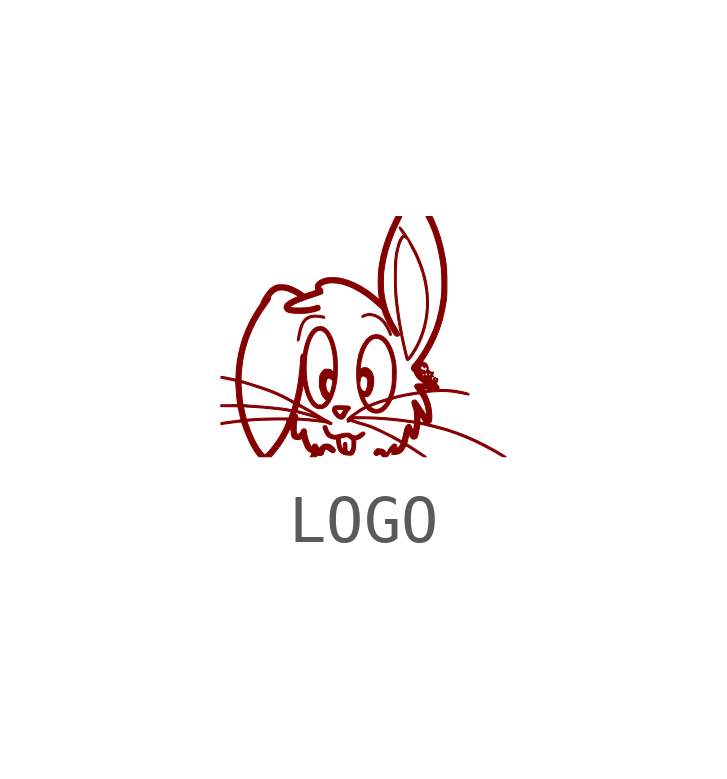
<source format=kicad_sym>
(kicad_symbol_lib
  (version 20210619)
  (generator bitmap2component)
  (symbol "LOGO"
    (pin_names
      (offset 1.016))
    (property "Reference" "#G"
      (at 0 1.865 0)
      (effects (font (size 1.27 1.27)) hide))
    (symbol "LOGO_0_0"
      (polyline (pts (xy -2.224 -2.429) (xy -2.208 -2.41) (xy -2.127 -2.308) (xy -2.055 -2.205) (xy -1.988 -2.095) (xy -1.923 -1.973) (xy -1.877 -1.883) (xy -1.873 -1.96) (xy -1.87 -1.998) (xy -1.863 -2.045) (xy -1.853 -2.079) (xy -1.838 -2.104) (xy -1.817 -2.123) (xy -1.813 -2.125) (xy -1.78 -2.137) (xy -1.74 -2.142) (xy -1.7 -2.139) (xy -1.666 -2.129) (xy -1.664 -2.128) (xy -1.648 -2.12) (xy -1.642 -2.119) (xy -1.642 -2.12) (xy -1.638 -2.134) (xy -1.629 -2.159) (xy -1.618 -2.191) (xy -1.605 -2.225) (xy -1.592 -2.259) (xy -1.581 -2.287) (xy -1.572 -2.307) (xy -1.554 -2.335) (xy -1.526 -2.368) (xy -1.495 -2.393) (xy -1.466 -2.405) (xy -1.456 -2.408) (xy -1.443 -2.421) (xy -1.444 -2.442) (xy -1.458 -2.473) (xy -1.475 -2.5) (xy -1.408 -2.5) (xy -1.387 -2.5) (xy -1.361 -2.499) (xy -1.346 -2.496) (xy -1.338 -2.49) (xy -1.332 -2.479) (xy -1.33 -2.475) (xy -1.32 -2.464) (xy -1.308 -2.467) (xy -1.307 -2.467) (xy -1.287 -2.473) (xy -1.263 -2.475) (xy -1.246 -2.473) (xy -1.219 -2.46) (xy -1.199 -2.439) (xy -1.192 -2.413) (xy -1.187 -2.391) (xy -1.174 -2.367) (xy -1.155 -2.349) (xy -1.136 -2.342) (xy -1.128 -2.343) (xy -1.107 -2.353) (xy -1.085 -2.37) (xy -1.078 -2.376) (xy -1.042 -2.403) (xy -1.013 -2.415) (xy -0.988 -2.414) (xy -0.967 -2.4) (xy -0.952 -2.38) (xy -0.951 -2.357) (xy -0.964 -2.332) (xy -0.992 -2.302) (xy -0.999 -2.295) (xy -1.035 -2.265) (xy -1.067 -2.247) (xy -1.097 -2.237) (xy -1.132 -2.234) (xy -1.132 -2.234) (xy -1.183 -2.24) (xy -1.226 -2.262) (xy -1.262 -2.298) (xy -1.275 -2.315) (xy -1.285 -2.325) (xy -1.292 -2.324) (xy -1.3 -2.314) (xy -1.31 -2.295) (xy -1.321 -2.271) (xy -1.324 -2.263) (xy -1.342 -2.243) (xy -1.366 -2.234) (xy -1.392 -2.236) (xy -1.415 -2.249) (xy -1.43 -2.273) (xy -1.438 -2.3) (xy -1.456 -2.281) (xy -1.46 -2.276) (xy -1.476 -2.248) (xy -1.493 -2.21) (xy -1.51 -2.163) (xy -1.526 -2.114) (xy -1.538 -2.065) (xy -1.547 -2.021) (xy -1.55 -1.986) (xy -1.55 -1.976) (xy -1.559 -1.944) (xy -1.578 -1.924) (xy -1.604 -1.917) (xy -1.613 -1.918) (xy -1.634 -1.928) (xy -1.651 -1.944) (xy -1.658 -1.962) (xy -1.66 -1.967) (xy -1.669 -1.984) (xy -1.685 -2.004) (xy -1.695 -2.015) (xy -1.714 -2.029) (xy -1.732 -2.032) (xy -1.738 -2.03) (xy -1.751 -2.021) (xy -1.759 -2.001) (xy -1.764 -1.97) (xy -1.765 -1.926) (xy -1.763 -1.867) (xy -1.762 -1.841) (xy -1.759 -1.799) (xy -1.756 -1.769) (xy -1.75 -1.75) (xy -1.741 -1.74) (xy -1.726 -1.736) (xy -1.703 -1.737) (xy -1.672 -1.739) (xy -1.649 -1.74) (xy -1.588 -1.745) (xy -1.514 -1.751) (xy -1.432 -1.76) (xy -1.343 -1.769) (xy -1.25 -1.78) (xy -1.23 -1.782) (xy -1.183 -1.789) (xy -1.148 -1.796) (xy -1.121 -1.804) (xy -1.099 -1.814) (xy -1.071 -1.827) (xy -1.044 -1.832) (xy -1.027 -1.826) (xy -1.021 -1.809) (xy -1.022 -1.8) (xy -1.029 -1.79) (xy -1.043 -1.78) (xy -1.067 -1.765) (xy -1.104 -1.746) (xy -1.144 -1.725) (xy -1.192 -1.698) (xy -1.242 -1.669) (xy -1.288 -1.641) (xy -1.425 -1.557) (xy -1.623 -1.445) (xy -1.644 -1.434) (xy -1.673 -1.415) (xy -1.693 -1.401) (xy -1.7 -1.392) (xy -1.7 -1.391) (xy -1.698 -1.379) (xy -1.693 -1.353) (xy -1.685 -1.319) (xy -1.675 -1.28) (xy -1.667 -1.243) (xy -1.654 -1.186) (xy -1.642 -1.126) (xy -1.632 -1.073) (xy -1.614 -0.966) (xy -1.595 -1.052) (xy -1.586 -1.089) (xy -1.558 -1.185) (xy -1.524 -1.271) (xy -1.487 -1.345) (xy -1.446 -1.405) (xy -1.402 -1.452) (xy -1.355 -1.483) (xy -1.327 -1.493) (xy -1.282 -1.499) (xy -1.236 -1.498) (xy -1.196 -1.488) (xy -1.196 -1.488) (xy -1.149 -1.46) (xy -1.105 -1.416) (xy -1.063 -1.358) (xy -1.025 -1.288) (xy -0.992 -1.206) (xy -0.963 -1.113) (xy -0.939 -1.012) (xy -0.921 -0.903) (xy -0.92 -0.897) (xy -0.914 -0.836) (xy -0.911 -0.762) (xy -0.909 -0.682) (xy -0.909 -0.601) (xy -0.911 -0.521) (xy -0.915 -0.449) (xy -0.921 -0.389) (xy -0.921 -0.386) (xy -0.939 -0.277) (xy -0.963 -0.176) (xy -0.992 -0.084) (xy -1.026 -0.002) (xy -1.064 0.068) (xy -1.105 0.125) (xy -1.15 0.169) (xy -1.196 0.197) (xy -1.224 0.205) (xy -1.27 0.208) (xy -1.316 0.204) (xy -1.355 0.191) (xy -1.397 0.164) (xy -1.441 0.12) (xy -1.482 0.061) (xy -1.52 -0.011) (xy -1.553 -0.095) (xy -1.582 -0.189) (xy -1.606 -0.292) (xy -1.613 -0.327) (xy -1.62 -0.351) (xy -1.626 -0.363) (xy -1.634 -0.367) (xy -1.634 -0.367) (xy -1.647 -0.369) (xy -1.657 -0.378) (xy -1.664 -0.394) (xy -1.669 -0.422) (xy -1.673 -0.461) (xy -1.677 -0.515) (xy -1.679 -0.552) (xy -1.685 -0.627) (xy -1.558 -0.627) (xy -1.556 -0.545) (xy -1.552 -0.468) (xy -1.546 -0.403) (xy -1.53 -0.303) (xy -1.508 -0.21) (xy -1.483 -0.126) (xy -1.454 -0.051) (xy -1.421 0.012) (xy -1.386 0.064) (xy -1.349 0.102) (xy -1.31 0.125) (xy -1.271 0.133) (xy -1.258 0.133) (xy -1.219 0.119) (xy -1.181 0.091) (xy -1.144 0.05) (xy -1.111 -0.004) (xy -1.08 -0.07) (xy -1.052 -0.145) (xy -1.029 -0.228) (xy -1.01 -0.319) (xy -0.995 -0.416) (xy -0.986 -0.518) (xy -0.983 -0.623) (xy -0.983 -0.745) (xy -1.016 -0.713) (xy -1.017 -0.712) (xy -1.036 -0.695) (xy -1.053 -0.685) (xy -1.074 -0.68) (xy -1.106 -0.677) (xy -1.111 -0.677) (xy -1.14 -0.676) (xy -1.16 -0.678) (xy -1.177 -0.685) (xy -1.196 -0.699) (xy -1.202 -0.703) (xy -1.23 -0.733) (xy -1.254 -0.772) (xy -1.262 -0.787) (xy -1.27 -0.806) (xy -1.275 -0.826) (xy -1.278 -0.851) (xy -1.28 -0.884) (xy -1.282 -0.93) (xy -1.282 -0.934) (xy -1.283 -0.981) (xy -1.283 -0.983) (xy -1.149 -0.983) (xy -1.144 -0.94) (xy -1.133 -0.903) (xy -1.118 -0.876) (xy -1.098 -0.862) (xy -1.085 -0.863) (xy -1.063 -0.87) (xy -1.041 -0.881) (xy -1.024 -0.894) (xy -1.017 -0.905) (xy -1.016 -0.908) (xy -1.007 -0.918) (xy -1.004 -0.927) (xy -1.005 -0.95) (xy -1.01 -0.983) (xy -1.019 -1.025) (xy -1.03 -1.072) (xy -1.044 -1.123) (xy -1.045 -1.129) (xy -1.054 -1.156) (xy -1.062 -1.176) (xy -1.067 -1.183) (xy -1.082 -1.177) (xy -1.1 -1.159) (xy -1.119 -1.133) (xy -1.134 -1.102) (xy -1.142 -1.072) (xy -1.149 -1.028) (xy -1.149 -0.983) (xy -1.283 -0.983) (xy -1.282 -1.016) (xy -1.28 -1.042) (xy -1.276 -1.065) (xy -1.268 -1.089) (xy -1.261 -1.11) (xy -1.25 -1.145) (xy -1.242 -1.174) (xy -1.235 -1.195) (xy -1.206 -1.25) (xy -1.163 -1.298) (xy -1.132 -1.325) (xy -1.151 -1.351) (xy -1.156 -1.358) (xy -1.178 -1.38) (xy -1.202 -1.401) (xy -1.213 -1.408) (xy -1.252 -1.423) (xy -1.292 -1.423) (xy -1.332 -1.406) (xy -1.371 -1.373) (xy -1.408 -1.324) (xy -1.418 -1.308) (xy -1.46 -1.225) (xy -1.496 -1.128) (xy -1.524 -1.017) (xy -1.545 -0.893) (xy -1.549 -0.861) (xy -1.554 -0.79) (xy -1.557 -0.711) (xy -1.558 -0.627) (xy -1.685 -0.627) (xy -1.688 -0.67) (xy -1.702 -0.794) (xy -1.718 -0.919) (xy -1.738 -1.04) (xy -1.759 -1.153) (xy -1.782 -1.255) (xy -1.804 -1.347) (xy -1.925 -1.282) (xy -1.949 -1.269) (xy -2.046 -1.219) (xy -2.142 -1.174) (xy -2.24 -1.133) (xy -2.344 -1.093) (xy -2.457 -1.053) (xy -2.583 -1.012) (xy -2.613 -1.003) (xy -2.676 -0.983) (xy -2.734 -0.965) (xy -2.785 -0.949) (xy -2.827 -0.936) (xy -2.858 -0.926) (xy -2.875 -0.92) (xy -2.913 -0.908) (xy -2.91 -0.827) (xy -2.908 -0.772) (xy -2.9 -0.68) (xy -2.889 -0.582) (xy -2.875 -0.484) (xy -2.858 -0.392) (xy -2.826 -0.253) (xy -2.768 -0.06) (xy -2.693 0.128) (xy -2.603 0.312) (xy -2.498 0.491) (xy -2.378 0.664) (xy -2.349 0.703) (xy -2.327 0.734) (xy -2.313 0.756) (xy -2.305 0.773) (xy -2.301 0.788) (xy -2.3 0.803) (xy -2.3 0.814) (xy -2.295 0.834) (xy -2.284 0.854) (xy -2.264 0.88) (xy -2.222 0.919) (xy -2.168 0.953) (xy -2.109 0.97) (xy -2.044 0.972) (xy -1.972 0.959) (xy -1.926 0.944) (xy -1.866 0.919) (xy -1.805 0.889) (xy -1.748 0.856) (xy -1.716 0.837) (xy -1.764 0.817) (xy -1.786 0.808) (xy -1.848 0.779) (xy -1.903 0.748) (xy -1.949 0.716) (xy -1.983 0.686) (xy -2.004 0.658) (xy -2.016 0.622) (xy -2.013 0.585) (xy -1.995 0.551) (xy -1.965 0.523) (xy -1.922 0.503) (xy -1.909 0.5) (xy -1.871 0.494) (xy -1.822 0.489) (xy -1.766 0.486) (xy -1.706 0.485) (xy -1.647 0.485) (xy -1.591 0.487) (xy -1.544 0.491) (xy -1.531 0.493) (xy -1.482 0.501) (xy -1.432 0.511) (xy -1.384 0.522) (xy -1.34 0.534) (xy -1.306 0.545) (xy -1.285 0.555) (xy -1.275 0.564) (xy -1.268 0.578) (xy -1.268 0.602) (xy -1.274 0.63) (xy -1.289 0.647) (xy -1.313 0.652) (xy -1.349 0.645) (xy -1.385 0.634) (xy -1.443 0.619) (xy -1.499 0.608) (xy -1.558 0.601) (xy -1.625 0.598) (xy -1.704 0.596) (xy -1.738 0.596) (xy -1.792 0.597) (xy -1.836 0.599) (xy -1.867 0.602) (xy -1.883 0.605) (xy -1.889 0.608) (xy -1.895 0.613) (xy -1.893 0.619) (xy -1.881 0.629) (xy -1.857 0.645) (xy -1.848 0.651) (xy -1.796 0.68) (xy -1.727 0.712) (xy -1.643 0.746) (xy -1.542 0.783) (xy -1.425 0.822) (xy -1.385 0.836) (xy -1.333 0.853) (xy -1.289 0.868) (xy -1.253 0.881) (xy -1.229 0.89) (xy -1.218 0.895) (xy -1.215 0.898) (xy -1.21 0.915) (xy -1.211 0.945) (xy -1.213 0.965) (xy -1.221 0.987) (xy -1.236 1.004) (xy -1.246 1.012) (xy -1.256 1.028) (xy -1.253 1.043) (xy -1.235 1.062) (xy -1.229 1.068) (xy -1.19 1.09) (xy -1.138 1.107) (xy -1.076 1.117) (xy -1.004 1.12) (xy -0.906 1.113) (xy -0.794 1.09) (xy -0.678 1.052) (xy -0.56 0.999) (xy -0.439 0.931) (xy -0.316 0.85) (xy -0.193 0.755) (xy -0.07 0.647) (xy -0.045 0.625) (xy -0.021 0.603) (xy -0.003 0.589) (xy 0.005 0.583) (xy 0.01 0.578) (xy 0.018 0.56) (xy 0.029 0.533) (xy 0.042 0.498) (xy 0.043 0.493) (xy 0.067 0.431) (xy 0.098 0.361) (xy 0.133 0.287) (xy 0.171 0.215) (xy 0.208 0.148) (xy 0.244 0.092) (xy 0.255 0.075) (xy 0.275 0.046) (xy 0.29 0.028) (xy 0.302 0.017) (xy 0.314 0.012) (xy 0.328 0.01) (xy 0.357 0.011) (xy 0.377 0.021) (xy 0.384 0.042) (xy 0.379 0.072) (xy 0.36 0.113) (xy 0.33 0.165) (xy 0.263 0.276) (xy 0.189 0.427) (xy 0.131 0.585) (xy 0.087 0.75) (xy 0.058 0.921) (xy 0.057 0.93) (xy 0.053 0.98) (xy 0.051 1.041) (xy 0.049 1.109) (xy 0.05 1.179) (xy 0.051 1.247) (xy 0.054 1.308) (xy 0.058 1.358) (xy 0.059 1.365) (xy 0.09 1.564) (xy 0.136 1.765) (xy 0.199 1.967) (xy 0.276 2.168) (xy 0.368 2.367) (xy 0.386 2.402) (xy 0.405 2.44) (xy 0.42 2.47) (xy 0.43 2.49) (xy 0.433 2.498) (xy 0.433 2.498) (xy 0.423 2.499) (xy 0.401 2.5) (xy 0.371 2.5) (xy 0.308 2.5) (xy 0.255 2.39) (xy 0.193 2.257) (xy 0.114 2.06) (xy 0.049 1.865) (xy -0.001 1.67) (xy -0.038 1.473) (xy -0.042 1.442) (xy -0.051 1.357) (xy -0.057 1.264) (xy -0.059 1.168) (xy -0.059 1.071) (xy -0.055 0.979) (xy -0.049 0.896) (xy -0.039 0.824) (xy -0.029 0.761) (xy -0.087 0.812) (xy -0.131 0.849) (xy -0.269 0.954) (xy -0.408 1.043) (xy -0.549 1.116) (xy -0.691 1.173) (xy -0.833 1.213) (xy -0.855 1.218) (xy -0.907 1.224) (xy -0.966 1.228) (xy -1.026 1.228) (xy -1.083 1.226) (xy -1.133 1.221) (xy -1.171 1.214) (xy -1.221 1.195) (xy -1.274 1.169) (xy -1.316 1.138) (xy -1.347 1.105) (xy -1.363 1.071) (xy -1.365 1.062) (xy -1.365 1.032) (xy -1.362 1) (xy -1.356 0.975) (xy -1.355 0.974) (xy -1.358 0.968) (xy -1.369 0.961) (xy -1.39 0.952) (xy -1.423 0.94) (xy -1.471 0.924) (xy -1.592 0.885) (xy -1.66 0.931) (xy -1.717 0.967) (xy -1.811 1.017) (xy -1.906 1.056) (xy -1.925 1.062) (xy -1.955 1.071) (xy -1.985 1.075) (xy -2.021 1.078) (xy -2.067 1.079) (xy -2.09 1.079) (xy -2.126 1.078) (xy -2.152 1.076) (xy -2.173 1.072) (xy -2.194 1.064) (xy -2.22 1.052) (xy -2.232 1.046) (xy -2.281 1.014) (xy -2.328 0.972) (xy -2.332 0.968) (xy -2.354 0.942) (xy -2.379 0.908) (xy -2.406 0.87) (xy -2.432 0.831) (xy -2.455 0.792) (xy -2.474 0.759) (xy -2.487 0.733) (xy -2.492 0.717) (xy -2.493 0.713) (xy -2.501 0.696) (xy -2.516 0.669) (xy -2.537 0.635) (xy -2.562 0.598) (xy -2.615 0.515) (xy -2.71 0.35) (xy -2.792 0.18) (xy -2.864 0) (xy -2.899 -0.106) (xy -2.932 -0.224) (xy -2.961 -0.347) (xy -2.984 -0.471) (xy -3.002 -0.592) (xy -3.013 -0.706) (xy -3.017 -0.809) (xy -3.017 -0.825) (xy -3.018 -0.855) (xy -3.019 -0.876) (xy -3.021 -0.883) (xy -3.022 -0.883) (xy -3.036 -0.88) (xy -3.063 -0.875) (xy -3.098 -0.868) (xy -3.14 -0.859) (xy -3.148 -0.858) (xy -3.193 -0.848) (xy -3.236 -0.84) (xy -3.271 -0.833) (xy -3.294 -0.83) (xy -3.311 -0.827) (xy -3.326 -0.827) (xy -3.332 -0.833) (xy -3.333 -0.845) (xy -3.332 -0.857) (xy -3.323 -0.866) (xy -3.302 -0.871) (xy -3.291 -0.874) (xy -3.256 -0.88) (xy -3.215 -0.888) (xy -3.171 -0.897) (xy -3.129 -0.905) (xy -3.09 -0.914) (xy -3.058 -0.921) (xy -3.036 -0.926) (xy -3.027 -0.928) (xy -3.026 -0.935) (xy -3.024 -0.956) (xy -3.022 -0.989) (xy -3.022 -0.991) (xy -2.911 -0.991) (xy -2.909 -0.966) (xy -2.904 -0.958) (xy -2.9 -0.959) (xy -2.882 -0.964) (xy -2.854 -0.972) (xy -2.821 -0.983) (xy -2.803 -0.989) (xy -2.772 -0.999) (xy -2.749 -1.005) (xy -2.738 -1.006) (xy -2.729 -1.007) (xy -2.712 -1.014) (xy -2.709 -1.015) (xy -2.691 -1.022) (xy -2.66 -1.033) (xy -2.62 -1.046) (xy -2.572 -1.062) (xy -2.52 -1.078) (xy -2.471 -1.094) (xy -2.302 -1.155) (xy -2.135 -1.226) (xy -1.966 -1.31) (xy -1.936 -1.327) (xy -1.893 -1.349) (xy -1.861 -1.367) (xy -1.84 -1.38) (xy -1.828 -1.392) (xy -1.823 -1.404) (xy -1.824 -1.417) (xy -1.829 -1.434) (xy -1.835 -1.456) (xy -1.837 -1.463) (xy -1.847 -1.492) (xy -1.856 -1.508) (xy -1.869 -1.515) (xy -1.891 -1.514) (xy -1.925 -1.507) (xy -1.926 -1.507) (xy -1.972 -1.499) (xy -2.031 -1.49) (xy -2.101 -1.481) (xy -2.18 -1.472) (xy -2.264 -1.463) (xy -2.351 -1.455) (xy -2.437 -1.448) (xy -2.521 -1.441) (xy -2.528 -1.441) (xy -2.592 -1.436) (xy -2.654 -1.431) (xy -2.71 -1.427) (xy -2.758 -1.423) (xy -2.794 -1.42) (xy -2.817 -1.418) (xy -2.871 -1.413) (xy -2.88 -1.354) (xy -2.883 -1.337) (xy -2.888 -1.295) (xy -2.893 -1.242) (xy -2.899 -1.184) (xy -2.904 -1.124) (xy -2.908 -1.066) (xy -2.911 -1.014) (xy -2.911 -0.991) (xy -3.022 -0.991) (xy -3.019 -1.031) (xy -3.016 -1.078) (xy -3.014 -1.108) (xy -3.01 -1.166) (xy -3.006 -1.223) (xy -3.001 -1.274) (xy -2.996 -1.314) (xy -2.992 -1.343) (xy -2.987 -1.376) (xy -2.984 -1.399) (xy -2.983 -1.41) (xy -2.984 -1.41) (xy -2.997 -1.412) (xy -3.023 -1.414) (xy -3.061 -1.415) (xy -3.106 -1.416) (xy -3.158 -1.417) (xy -3.333 -1.417) (xy -3.333 -1.458) (xy -3.094 -1.458) (xy -3.05 -1.459) (xy -3.018 -1.459) (xy -2.997 -1.461) (xy -2.984 -1.463) (xy -2.976 -1.466) (xy -2.973 -1.471) (xy -2.972 -1.473) (xy -2.858 -1.473) (xy -2.858 -1.47) (xy -2.855 -1.462) (xy -2.843 -1.46) (xy -2.819 -1.462) (xy -2.799 -1.464) (xy -2.764 -1.466) (xy -2.723 -1.469) (xy -2.679 -1.471) (xy -2.606 -1.475) (xy -2.525 -1.481) (xy -2.438 -1.488) (xy -2.349 -1.497) (xy -2.26 -1.506) (xy -2.174 -1.515) (xy -2.094 -1.525) (xy -2.022 -1.535) (xy -2.009 -1.537) (xy -1.741 -1.537) (xy -1.74 -1.525) (xy -1.736 -1.505) (xy -1.729 -1.482) (xy -1.722 -1.463) (xy -1.715 -1.453) (xy -1.714 -1.453) (xy -1.701 -1.458) (xy -1.677 -1.469) (xy -1.645 -1.485) (xy -1.607 -1.505) (xy -1.565 -1.528) (xy -1.523 -1.551) (xy -1.483 -1.573) (xy -1.447 -1.594) (xy -1.418 -1.611) (xy -1.399 -1.624) (xy -1.392 -1.63) (xy -1.392 -1.632) (xy -1.398 -1.632) (xy -1.414 -1.629) (xy -1.442 -1.62) (xy -1.45 -1.617) (xy -1.478 -1.609) (xy -1.516 -1.599) (xy -1.561 -1.587) (xy -1.608 -1.574) (xy -1.636 -1.567) (xy -1.677 -1.556) (xy -1.709 -1.547) (xy -1.732 -1.54) (xy -1.74 -1.537) (xy -1.741 -1.537) (xy -2.009 -1.537) (xy -1.962 -1.544) (xy -1.915 -1.552) (xy -1.868 -1.562) (xy -1.887 -1.611) (xy -1.772 -1.611) (xy -1.771 -1.591) (xy -1.765 -1.583) (xy -1.752 -1.576) (xy -1.739 -1.575) (xy -1.733 -1.582) (xy -1.732 -1.584) (xy -1.72 -1.589) (xy -1.696 -1.597) (xy -1.665 -1.604) (xy -1.653 -1.607) (xy -1.615 -1.616) (xy -1.568 -1.629) (xy -1.517 -1.643) (xy -1.467 -1.658) (xy -1.439 -1.667) (xy -1.396 -1.68) (xy -1.359 -1.691) (xy -1.332 -1.699) (xy -1.317 -1.703) (xy -1.301 -1.708) (xy -1.279 -1.72) (xy -1.277 -1.722) (xy -1.269 -1.729) (xy -1.273 -1.732) (xy -1.292 -1.732) (xy -1.298 -1.732) (xy -1.324 -1.729) (xy -1.358 -1.725) (xy -1.396 -1.72) (xy -1.419 -1.718) (xy -1.466 -1.712) (xy -1.518 -1.708) (xy -1.567 -1.705) (xy -1.6 -1.703) (xy -1.648 -1.7) (xy -1.683 -1.697) (xy -1.707 -1.694) (xy -1.722 -1.689) (xy -1.73 -1.684) (xy -1.733 -1.676) (xy -1.733 -1.666) (xy -1.736 -1.649) (xy -1.743 -1.642) (xy -1.747 -1.64) (xy -1.747 -1.629) (xy -1.746 -1.623) (xy -1.754 -1.622) (xy -1.765 -1.622) (xy -1.772 -1.611) (xy -1.887 -1.611) (xy -1.893 -1.627) (xy -1.918 -1.692) (xy -2.153 -1.692) (xy -2.206 -1.692) (xy -2.278 -1.693) (xy -2.349 -1.694) (xy -2.417 -1.696) (xy -2.475 -1.698) (xy -2.521 -1.7) (xy -2.539 -1.701) (xy -2.593 -1.704) (xy -2.646 -1.707) (xy -2.692 -1.71) (xy -2.727 -1.713) (xy -2.763 -1.716) (xy -2.786 -1.716) (xy -2.799 -1.713) (xy -2.804 -1.707) (xy -2.804 -1.705) (xy -2.81 -1.687) (xy -2.817 -1.657) (xy -2.826 -1.621) (xy -2.835 -1.582) (xy -2.844 -1.544) (xy -2.851 -1.51) (xy -2.857 -1.485) (xy -2.858 -1.473) (xy -2.972 -1.473) (xy -2.971 -1.477) (xy -2.968 -1.492) (xy -2.962 -1.519) (xy -2.954 -1.555) (xy -2.945 -1.595) (xy -2.937 -1.634) (xy -2.928 -1.67) (xy -2.921 -1.698) (xy -2.917 -1.713) (xy -2.915 -1.717) (xy -2.914 -1.724) (xy -2.919 -1.729) (xy -2.932 -1.733) (xy -2.956 -1.737) (xy -2.994 -1.742) (xy -3 -1.742) (xy -3.043 -1.748) (xy -3.096 -1.754) (xy -3.145 -1.761) (xy -2.79 -1.761) (xy -2.672 -1.751) (xy -2.658 -1.75) (xy -2.617 -1.747) (xy -2.566 -1.745) (xy -2.507 -1.742) (xy -2.442 -1.74) (xy -2.374 -1.738) (xy -2.305 -1.736) (xy -2.236 -1.735) (xy -2.171 -1.734) (xy -2.112 -1.734) (xy -2.06 -1.733) (xy -2.018 -1.734) (xy -1.989 -1.735) (xy -1.973 -1.736) (xy -1.952 -1.741) (xy -1.969 -1.794) (xy -1.97 -1.798) (xy -1.997 -1.867) (xy -2.033 -1.945) (xy -2.078 -2.027) (xy -2.129 -2.112) (xy -2.185 -2.196) (xy -2.243 -2.275) (xy -2.302 -2.348) (xy -2.359 -2.41) (xy -2.366 -2.417) (xy -2.388 -2.438) (xy -2.406 -2.453) (xy -2.415 -2.458) (xy -2.421 -2.456) (xy -2.437 -2.443) (xy -2.46 -2.421) (xy -2.486 -2.39) (xy -2.513 -2.355) (xy -2.539 -2.318) (xy -2.591 -2.232) (xy -2.651 -2.117) (xy -2.708 -1.987) (xy -2.761 -1.844) (xy -2.79 -1.761) (xy -3.145 -1.761) (xy -3.151 -1.762) (xy -3.204 -1.77) (xy -3.329 -1.788) (xy -3.332 -1.811) (xy -3.333 -1.822) (xy -3.329 -1.831) (xy -3.315 -1.83) (xy -3.292 -1.825) (xy -3.256 -1.819) (xy -3.213 -1.813) (xy -3.163 -1.806) (xy -3.112 -1.799) (xy -3.061 -1.793) (xy -3.012 -1.787) (xy -2.97 -1.782) (xy -2.935 -1.779) (xy -2.912 -1.777) (xy -2.903 -1.778) (xy -2.903 -1.778) (xy -2.898 -1.787) (xy -2.89 -1.809) (xy -2.879 -1.84) (xy -2.866 -1.878) (xy -2.861 -1.895) (xy -2.824 -1.994) (xy -2.784 -2.091) (xy -2.741 -2.184) (xy -2.697 -2.271) (xy -2.652 -2.349) (xy -2.608 -2.416) (xy -2.567 -2.469) (xy -2.54 -2.5) (xy -2.285 -2.5) (xy -2.224 -2.429)) (stroke (width 0.01)) (fill (type outline)))
      (polyline (pts (xy 0.919 -2.48) (xy 0.907 -2.471) (xy 0.881 -2.453) (xy 0.847 -2.429) (xy 0.805 -2.401) (xy 0.76 -2.371) (xy 0.715 -2.341) (xy 0.671 -2.312) (xy 0.631 -2.287) (xy 0.599 -2.267) (xy 0.576 -2.253) (xy 0.557 -2.242) (xy 0.542 -2.229) (xy 0.537 -2.221) (xy 0.538 -2.215) (xy 0.543 -2.196) (xy 0.551 -2.167) (xy 0.559 -2.131) (xy 0.565 -2.108) (xy 0.573 -2.078) (xy 0.58 -2.058) (xy 0.585 -2.05) (xy 0.585 -2.05) (xy 0.594 -2.058) (xy 0.604 -2.075) (xy 0.627 -2.109) (xy 0.655 -2.129) (xy 0.688 -2.133) (xy 0.724 -2.121) (xy 0.731 -2.117) (xy 0.746 -2.101) (xy 0.759 -2.076) (xy 0.77 -2.04) (xy 0.781 -1.99) (xy 0.792 -1.926) (xy 0.792 -1.922) (xy 0.798 -1.883) (xy 0.804 -1.851) (xy 0.808 -1.829) (xy 0.81 -1.821) (xy 0.81 -1.821) (xy 0.82 -1.822) (xy 0.843 -1.827) (xy 0.878 -1.835) (xy 0.922 -1.845) (xy 0.974 -1.858) (xy 1.031 -1.872) (xy 1.09 -1.887) (xy 1.15 -1.903) (xy 1.209 -1.918) (xy 1.264 -1.932) (xy 1.312 -1.946) (xy 1.353 -1.957) (xy 1.383 -1.966) (xy 1.436 -1.983) (xy 1.537 -2.018) (xy 1.641 -2.057) (xy 1.742 -2.097) (xy 1.833 -2.135) (xy 1.843 -2.139) (xy 1.909 -2.17) (xy 1.982 -2.205) (xy 2.06 -2.243) (xy 2.139 -2.283) (xy 2.217 -2.323) (xy 2.29 -2.362) (xy 2.357 -2.399) (xy 2.414 -2.432) (xy 2.459 -2.459) (xy 2.466 -2.464) (xy 2.497 -2.482) (xy 2.52 -2.493) (xy 2.54 -2.498) (xy 2.563 -2.5) (xy 2.604 -2.499) (xy 2.521 -2.445) (xy 2.516 -2.442) (xy 2.472 -2.415) (xy 2.416 -2.383) (xy 2.351 -2.346) (xy 2.279 -2.307) (xy 2.204 -2.266) (xy 2.127 -2.226) (xy 2.052 -2.188) (xy 1.976 -2.151) (xy 1.78 -2.064) (xy 1.578 -1.986) (xy 1.375 -1.918) (xy 1.175 -1.863) (xy 1.159 -1.859) (xy 1.114 -1.847) (xy 1.073 -1.837) (xy 1.042 -1.829) (xy 1.022 -1.824) (xy 0.989 -1.815) (xy 1.014 -1.8) (xy 1.028 -1.79) (xy 1.042 -1.774) (xy 1.051 -1.753) (xy 1.056 -1.723) (xy 1.058 -1.681) (xy 1.056 -1.627) (xy 1.055 -1.615) (xy 1.045 -1.509) (xy 1.026 -1.412) (xy 0.996 -1.319) (xy 0.955 -1.227) (xy 0.925 -1.167) (xy 0.952 -1.163) (xy 0.956 -1.162) (xy 0.995 -1.157) (xy 1.046 -1.152) (xy 1.105 -1.148) (xy 1.167 -1.145) (xy 1.228 -1.143) (xy 1.283 -1.142) (xy 1.376 -1.144) (xy 1.54 -1.161) (xy 1.707 -1.193) (xy 1.708 -1.193) (xy 1.758 -1.204) (xy 1.794 -1.211) (xy 1.816 -1.212) (xy 1.827 -1.21) (xy 1.831 -1.205) (xy 1.833 -1.195) (xy 1.825 -1.185) (xy 1.804 -1.175) (xy 1.769 -1.164) (xy 1.719 -1.151) (xy 1.697 -1.146) (xy 1.563 -1.121) (xy 1.43 -1.105) (xy 1.303 -1.1) (xy 1.201 -1.1) (xy 1.206 -1.071) (xy 1.207 -1.065) (xy 1.206 -1.047) (xy 1.198 -1.032) (xy 1.18 -1.012) (xy 1.149 -0.981) (xy 1.166 -0.946) (xy 1.168 -0.943) (xy 1.179 -0.913) (xy 1.183 -0.888) (xy 1.18 -0.872) (xy 1.169 -0.868) (xy 1.159 -0.873) (xy 1.152 -0.889) (xy 1.151 -0.894) (xy 1.142 -0.912) (xy 1.13 -0.919) (xy 1.117 -0.913) (xy 1.115 -0.91) (xy 1.113 -0.898) (xy 1.124 -0.884) (xy 1.139 -0.866) (xy 1.139 -0.854) (xy 1.125 -0.85) (xy 1.121 -0.851) (xy 1.103 -0.861) (xy 1.089 -0.881) (xy 1.083 -0.903) (xy 1.083 -0.907) (xy 1.091 -0.926) (xy 1.106 -0.943) (xy 1.123 -0.95) (xy 1.127 -0.951) (xy 1.129 -0.958) (xy 1.128 -0.959) (xy 1.117 -0.959) (xy 1.1 -0.952) (xy 1.082 -0.941) (xy 1.068 -0.929) (xy 1.064 -0.92) (xy 1.063 -0.908) (xy 1.055 -0.89) (xy 1.048 -0.873) (xy 1.047 -0.852) (xy 1.048 -0.85) (xy 1.056 -0.838) (xy 1.072 -0.838) (xy 1.073 -0.839) (xy 1.087 -0.839) (xy 1.092 -0.83) (xy 1.09 -0.823) (xy 1.079 -0.811) (xy 1.073 -0.808) (xy 1.071 -0.801) (xy 1.079 -0.787) (xy 1.087 -0.77) (xy 1.092 -0.75) (xy 1.09 -0.743) (xy 1.082 -0.734) (xy 1.072 -0.736) (xy 1.066 -0.748) (xy 1.065 -0.754) (xy 1.06 -0.754) (xy 1.048 -0.741) (xy 1.028 -0.724) (xy 1.006 -0.713) (xy 0.997 -0.711) (xy 0.988 -0.705) (xy 0.984 -0.691) (xy 0.983 -0.666) (xy 0.978 -0.625) (xy 0.96 -0.584) (xy 0.93 -0.552) (xy 0.89 -0.533) (xy 0.858 -0.524) (xy 0.907 -0.452) (xy 0.949 -0.387) (xy 1.052 -0.211) (xy 1.14 -0.03) (xy 1.215 0.156) (xy 1.276 0.351) (xy 1.324 0.554) (xy 1.36 0.768) (xy 1.361 0.771) (xy 1.365 0.815) (xy 1.368 0.871) (xy 1.37 0.938) (xy 1.371 1.013) (xy 1.371 1.092) (xy 1.371 1.173) (xy 1.37 1.253) (xy 1.367 1.328) (xy 1.364 1.397) (xy 1.36 1.455) (xy 1.356 1.5) (xy 1.331 1.659) (xy 1.288 1.867) (xy 1.235 2.065) (xy 1.171 2.252) (xy 1.098 2.427) (xy 1.064 2.5) (xy 0.936 2.5) (xy 0.976 2.421) (xy 1.02 2.332) (xy 1.074 2.198) (xy 1.123 2.053) (xy 1.167 1.9) (xy 1.203 1.741) (xy 1.233 1.58) (xy 1.254 1.419) (xy 1.256 1.386) (xy 1.261 1.315) (xy 1.264 1.236) (xy 1.266 1.152) (xy 1.266 1.068) (xy 1.265 0.988) (xy 1.262 0.916) (xy 1.258 0.857) (xy 1.255 0.825) (xy 1.232 0.663) (xy 1.2 0.5) (xy 1.159 0.342) (xy 1.112 0.194) (xy 1.103 0.169) (xy 1.077 0.105) (xy 1.044 0.033) (xy 1.008 -0.045) (xy 0.97 -0.122) (xy 0.931 -0.197) (xy 0.894 -0.263) (xy 0.861 -0.319) (xy 0.855 -0.328) (xy 0.829 -0.367) (xy 0.801 -0.408) (xy 0.772 -0.45) (xy 0.744 -0.489) (xy 0.719 -0.523) (xy 0.697 -0.55) (xy 0.682 -0.568) (xy 0.674 -0.575) (xy 0.672 -0.576) (xy 0.663 -0.587) (xy 0.65 -0.605) (xy 0.639 -0.632) (xy 0.636 -0.653) (xy 0.779 -0.653) (xy 0.781 -0.634) (xy 0.792 -0.612) (xy 0.817 -0.579) (xy 0.842 -0.56) (xy 0.867 -0.558) (xy 0.89 -0.572) (xy 0.891 -0.574) (xy 0.894 -0.58) (xy 0.885 -0.583) (xy 0.862 -0.583) (xy 0.836 -0.585) (xy 0.815 -0.596) (xy 0.804 -0.616) (xy 0.8 -0.65) (xy 0.802 -0.676) (xy 0.812 -0.701) (xy 0.833 -0.716) (xy 0.866 -0.723) (xy 0.872 -0.724) (xy 0.895 -0.725) (xy 0.906 -0.721) (xy 0.908 -0.714) (xy 0.905 -0.705) (xy 0.89 -0.7) (xy 0.861 -0.697) (xy 0.837 -0.684) (xy 0.826 -0.661) (xy 0.829 -0.629) (xy 0.832 -0.618) (xy 0.841 -0.61) (xy 0.861 -0.61) (xy 0.867 -0.611) (xy 0.884 -0.617) (xy 0.89 -0.631) (xy 0.895 -0.643) (xy 0.906 -0.65) (xy 0.913 -0.648) (xy 0.916 -0.637) (xy 0.914 -0.615) (xy 0.913 -0.606) (xy 0.912 -0.59) (xy 0.914 -0.587) (xy 0.921 -0.595) (xy 0.929 -0.608) (xy 0.933 -0.622) (xy 0.935 -0.627) (xy 0.946 -0.633) (xy 0.948 -0.633) (xy 0.956 -0.641) (xy 0.958 -0.663) (xy 0.958 -0.676) (xy 0.949 -0.698) (xy 0.93 -0.722) (xy 0.919 -0.732) (xy 0.897 -0.746) (xy 0.872 -0.75) (xy 0.857 -0.748) (xy 0.826 -0.734) (xy 0.799 -0.708) (xy 0.783 -0.674) (xy 0.779 -0.653) (xy 0.636 -0.653) (xy 0.635 -0.663) (xy 0.64 -0.688) (xy 0.656 -0.705) (xy 0.659 -0.707) (xy 0.673 -0.722) (xy 0.691 -0.749) (xy 0.705 -0.776) (xy 0.829 -0.776) (xy 0.865 -0.775) (xy 0.871 -0.775) (xy 0.901 -0.77) (xy 0.926 -0.762) (xy 0.941 -0.755) (xy 0.956 -0.755) (xy 0.965 -0.768) (xy 0.966 -0.773) (xy 0.994 -0.773) (xy 0.997 -0.76) (xy 1.011 -0.758) (xy 1.032 -0.768) (xy 1.037 -0.771) (xy 1.043 -0.778) (xy 1.04 -0.788) (xy 1.028 -0.807) (xy 1.024 -0.812) (xy 1.01 -0.832) (xy 1.003 -0.839) (xy 1 -0.835) (xy 1 -0.82) (xy 0.999 -0.8) (xy 0.995 -0.777) (xy 0.994 -0.773) (xy 0.966 -0.773) (xy 0.971 -0.795) (xy 0.973 -0.803) (xy 0.974 -0.819) (xy 0.97 -0.824) (xy 0.957 -0.821) (xy 0.944 -0.814) (xy 0.931 -0.803) (xy 0.93 -0.802) (xy 0.918 -0.793) (xy 0.906 -0.793) (xy 0.9 -0.802) (xy 0.905 -0.82) (xy 0.924 -0.838) (xy 0.956 -0.848) (xy 0.962 -0.849) (xy 0.98 -0.854) (xy 0.985 -0.859) (xy 0.98 -0.869) (xy 0.975 -0.874) (xy 0.967 -0.877) (xy 0.954 -0.872) (xy 0.932 -0.859) (xy 0.922 -0.852) (xy 0.891 -0.828) (xy 0.863 -0.805) (xy 0.829 -0.776) (xy 0.705 -0.776) (xy 0.709 -0.782) (xy 0.722 -0.808) (xy 0.743 -0.841) (xy 0.767 -0.869) (xy 0.794 -0.893) (xy 0.998 -0.893) (xy 1.004 -0.881) (xy 1.011 -0.873) (xy 1.017 -0.875) (xy 1.024 -0.891) (xy 1.024 -0.893) (xy 1.03 -0.91) (xy 1.031 -0.916) (xy 1.025 -0.914) (xy 1.011 -0.906) (xy 1.005 -0.902) (xy 0.998 -0.893) (xy 0.794 -0.893) (xy 0.799 -0.898) (xy 0.807 -0.904) (xy 0.838 -0.929) (xy 0.867 -0.95) (xy 0.888 -0.964) (xy 0.921 -0.983) (xy 0.827 -0.983) (xy 0.786 -0.983) (xy 0.757 -0.985) (xy 0.738 -0.988) (xy 0.726 -0.993) (xy 0.717 -1) (xy 0.704 -1.018) (xy 0.701 -1.041) (xy 0.713 -1.068) (xy 0.723 -1.081) (xy 0.886 -1.081) (xy 0.892 -1.076) (xy 0.91 -1.081) (xy 0.927 -1.087) (xy 0.955 -1.092) (xy 0.988 -1.096) (xy 0.99 -1.096) (xy 1.019 -1.1) (xy 1.032 -1.104) (xy 1.029 -1.108) (xy 1.02 -1.111) (xy 0.995 -1.115) (xy 0.966 -1.119) (xy 0.95 -1.12) (xy 0.928 -1.12) (xy 0.914 -1.115) (xy 0.901 -1.103) (xy 0.893 -1.094) (xy 0.886 -1.081) (xy 0.723 -1.081) (xy 0.739 -1.1) (xy 0.739 -1.101) (xy 0.758 -1.122) (xy 0.771 -1.138) (xy 0.774 -1.145) (xy 0.77 -1.147) (xy 0.752 -1.15) (xy 0.722 -1.156) (xy 0.683 -1.163) (xy 0.639 -1.17) (xy 0.61 -1.175) (xy 0.568 -1.182) (xy 0.533 -1.189) (xy 0.508 -1.194) (xy 0.498 -1.197) (xy 0.497 -1.198) (xy 0.481 -1.202) (xy 0.459 -1.206) (xy 0.454 -1.206) (xy 0.426 -1.211) (xy 0.391 -1.218) (xy 0.352 -1.228) (xy 0.314 -1.238) (xy 0.281 -1.247) (xy 0.255 -1.255) (xy 0.242 -1.261) (xy 0.236 -1.265) (xy 0.234 -1.262) (xy 0.242 -1.246) (xy 0.257 -1.211) (xy 0.268 -1.178) (xy 0.279 -1.14) (xy 0.289 -1.092) (xy 0.29 -1.088) (xy 0.301 -1.024) (xy 0.309 -0.948) (xy 0.314 -0.865) (xy 0.316 -0.779) (xy 0.316 -0.696) (xy 0.312 -0.619) (xy 0.305 -0.552) (xy 0.304 -0.546) (xy 0.28 -0.421) (xy 0.249 -0.311) (xy 0.21 -0.214) (xy 0.163 -0.129) (xy 0.106 -0.054) (xy 0.097 -0.044) (xy 0.045 -0.001) (xy -0.011 0.028) (xy -0.071 0.041) (xy -0.132 0.04) (xy -0.191 0.024) (xy -0.247 -0.008) (xy -0.298 -0.054) (xy -0.316 -0.075) (xy -0.374 -0.161) (xy -0.422 -0.259) (xy -0.46 -0.37) (xy -0.487 -0.493) (xy -0.503 -0.628) (xy -0.505 -0.686) (xy -0.436 -0.686) (xy -0.43 -0.624) (xy -0.426 -0.589) (xy -0.41 -0.492) (xy -0.387 -0.398) (xy -0.358 -0.31) (xy -0.325 -0.233) (xy -0.294 -0.177) (xy -0.251 -0.118) (xy -0.205 -0.074) (xy -0.159 -0.046) (xy -0.11 -0.034) (xy -0.06 -0.038) (xy -0.011 -0.059) (xy -0.006 -0.061) (xy 0.042 -0.1) (xy 0.087 -0.153) (xy 0.127 -0.222) (xy 0.164 -0.304) (xy 0.196 -0.4) (xy 0.223 -0.508) (xy 0.224 -0.516) (xy 0.229 -0.544) (xy 0.232 -0.574) (xy 0.235 -0.61) (xy 0.236 -0.654) (xy 0.237 -0.71) (xy 0.237 -0.779) (xy 0.237 -0.824) (xy 0.236 -0.895) (xy 0.233 -0.955) (xy 0.228 -1.008) (xy 0.22 -1.056) (xy 0.21 -1.103) (xy 0.196 -1.153) (xy 0.178 -1.209) (xy 0.176 -1.213) (xy 0.165 -1.245) (xy 0.156 -1.265) (xy 0.147 -1.276) (xy 0.135 -1.284) (xy 0.117 -1.289) (xy 0.112 -1.291) (xy 0.087 -1.299) (xy 0.051 -1.31) (xy 0.008 -1.324) (xy -0.037 -1.339) (xy -0.046 -1.342) (xy -0.093 -1.358) (xy -0.138 -1.374) (xy -0.177 -1.389) (xy -0.205 -1.4) (xy -0.258 -1.424) (xy -0.291 -1.382) (xy -0.306 -1.361) (xy -0.324 -1.331) (xy -0.334 -1.307) (xy -0.335 -1.301) (xy -0.342 -1.277) (xy -0.347 -1.262) (xy -0.347 -1.255) (xy -0.336 -1.251) (xy -0.312 -1.25) (xy -0.31 -1.25) (xy -0.284 -1.248) (xy -0.265 -1.239) (xy -0.245 -1.221) (xy -0.22 -1.189) (xy -0.195 -1.142) (xy -0.175 -1.085) (xy -0.161 -1.013) (xy -0.159 -0.998) (xy -0.152 -0.914) (xy -0.157 -0.842) (xy -0.173 -0.779) (xy -0.201 -0.726) (xy -0.242 -0.68) (xy -0.281 -0.654) (xy -0.325 -0.643) (xy -0.368 -0.647) (xy -0.41 -0.668) (xy -0.436 -0.686) (xy -0.505 -0.686) (xy -0.508 -0.775) (xy -0.508 -0.797) (xy -0.501 -0.941) (xy -0.495 -0.989) (xy -0.441 -0.989) (xy -0.439 -0.952) (xy -0.436 -0.924) (xy -0.427 -0.875) (xy -0.414 -0.842) (xy -0.396 -0.823) (xy -0.371 -0.818) (xy -0.341 -0.825) (xy -0.337 -0.827) (xy -0.303 -0.851) (xy -0.282 -0.885) (xy -0.275 -0.928) (xy -0.276 -0.956) (xy -0.28 -0.998) (xy -0.287 -1.04) (xy -0.295 -1.078) (xy -0.304 -1.108) (xy -0.313 -1.125) (xy -0.332 -1.139) (xy -0.356 -1.14) (xy -0.381 -1.127) (xy -0.405 -1.1) (xy -0.427 -1.061) (xy -0.427 -1.06) (xy -0.435 -1.038) (xy -0.44 -1.016) (xy -0.441 -0.989) (xy -0.495 -0.989) (xy -0.484 -1.074) (xy -0.455 -1.195) (xy -0.417 -1.304) (xy -0.367 -1.401) (xy -0.335 -1.454) (xy -0.35 -1.462) (xy -0.225 -1.462) (xy -0.225 -1.461) (xy -0.215 -1.454) (xy -0.193 -1.444) (xy -0.161 -1.43) (xy -0.121 -1.414) (xy -0.077 -1.398) (xy -0.031 -1.382) (xy 0.013 -1.367) (xy 0.055 -1.355) (xy 0.124 -1.335) (xy 0.113 -1.358) (xy 0.093 -1.39) (xy 0.061 -1.43) (xy 0.025 -1.466) (xy -0.011 -1.491) (xy -0.039 -1.505) (xy -0.086 -1.517) (xy -0.133 -1.512) (xy -0.181 -1.491) (xy -0.201 -1.48) (xy -0.218 -1.468) (xy -0.225 -1.462) (xy -0.35 -1.462) (xy -0.392 -1.484) (xy -0.393 -1.484) (xy -0.426 -1.503) (xy -0.457 -1.522) (xy -0.48 -1.538) (xy -0.488 -1.545) (xy -0.509 -1.561) (xy -0.523 -1.571) (xy -0.548 -1.586) (xy -0.61 -1.63) (xy -0.647 -1.66) (xy -0.58 -1.66) (xy -0.579 -1.657) (xy -0.573 -1.653) (xy -0.564 -1.648) (xy -0.541 -1.633) (xy -0.511 -1.613) (xy -0.478 -1.591) (xy -0.462 -1.58) (xy -0.424 -1.555) (xy -0.387 -1.532) (xy -0.357 -1.516) (xy -0.307 -1.491) (xy -0.274 -1.521) (xy -0.238 -1.548) (xy -0.181 -1.578) (xy -0.121 -1.591) (xy -0.06 -1.59) (xy -0.001 -1.573) (xy 0.056 -1.542) (xy 0.107 -1.495) (xy 0.128 -1.47) (xy 0.154 -1.433) (xy 0.176 -1.4) (xy 0.191 -1.374) (xy 0.206 -1.346) (xy 0.218 -1.326) (xy 0.222 -1.319) (xy 0.235 -1.307) (xy 0.256 -1.297) (xy 0.289 -1.288) (xy 0.311 -1.282) (xy 0.358 -1.27) (xy 0.405 -1.259) (xy 0.446 -1.249) (xy 0.479 -1.242) (xy 0.5 -1.238) (xy 0.505 -1.237) (xy 0.527 -1.233) (xy 0.56 -1.228) (xy 0.601 -1.221) (xy 0.646 -1.213) (xy 0.667 -1.21) (xy 0.71 -1.202) (xy 0.747 -1.197) (xy 0.775 -1.193) (xy 0.789 -1.192) (xy 0.794 -1.192) (xy 0.807 -1.2) (xy 0.822 -1.218) (xy 0.841 -1.248) (xy 0.877 -1.317) (xy 0.909 -1.401) (xy 0.932 -1.492) (xy 0.946 -1.596) (xy 0.951 -1.654) (xy 0.922 -1.608) (xy 0.908 -1.587) (xy 0.886 -1.554) (xy 0.867 -1.525) (xy 0.858 -1.512) (xy 0.838 -1.482) (xy 0.815 -1.447) (xy 0.791 -1.411) (xy 0.774 -1.385) (xy 0.753 -1.356) (xy 0.736 -1.335) (xy 0.725 -1.325) (xy 0.712 -1.319) (xy 0.683 -1.319) (xy 0.657 -1.334) (xy 0.649 -1.346) (xy 0.644 -1.365) (xy 0.645 -1.391) (xy 0.654 -1.427) (xy 0.671 -1.475) (xy 0.68 -1.501) (xy 0.687 -1.53) (xy 0.692 -1.56) (xy 0.696 -1.598) (xy 0.698 -1.648) (xy 0.698 -1.653) (xy 0.7 -1.697) (xy 0.7 -1.727) (xy 0.699 -1.739) (xy 0.809 -1.739) (xy 0.81 -1.709) (xy 0.812 -1.65) (xy 0.847 -1.702) (xy 0.848 -1.704) (xy 0.866 -1.732) (xy 0.882 -1.757) (xy 0.891 -1.773) (xy 0.894 -1.78) (xy 0.896 -1.789) (xy 0.886 -1.791) (xy 0.867 -1.788) (xy 0.843 -1.783) (xy 0.823 -1.778) (xy 0.812 -1.773) (xy 0.811 -1.772) (xy 0.81 -1.762) (xy 0.809 -1.739) (xy 0.699 -1.739) (xy 0.698 -1.746) (xy 0.696 -1.755) (xy 0.691 -1.757) (xy 0.69 -1.757) (xy 0.676 -1.755) (xy 0.648 -1.752) (xy 0.61 -1.746) (xy 0.564 -1.74) (xy 0.512 -1.732) (xy 0.379 -1.715) (xy 0.122 -1.689) (xy -0.135 -1.673) (xy -0.388 -1.667) (xy -0.448 -1.666) (xy -0.498 -1.666) (xy -0.534 -1.665) (xy -0.559 -1.664) (xy -0.573 -1.663) (xy -0.58 -1.66) (xy -0.647 -1.66) (xy -0.663 -1.673) (xy -0.672 -1.681) (xy -0.692 -1.701) (xy -0.703 -1.715) (xy -0.704 -1.718) (xy -0.606 -1.718) (xy -0.604 -1.714) (xy -0.603 -1.713) (xy -0.588 -1.712) (xy -0.559 -1.71) (xy -0.518 -1.709) (xy -0.469 -1.709) (xy -0.413 -1.709) (xy -0.354 -1.709) (xy -0.293 -1.71) (xy -0.233 -1.711) (xy -0.178 -1.712) (xy -0.128 -1.714) (xy -0.087 -1.717) (xy -0.059 -1.719) (xy 0.059 -1.727) (xy 0.163 -1.736) (xy 0.258 -1.745) (xy 0.345 -1.754) (xy 0.429 -1.764) (xy 0.512 -1.774) (xy 0.536 -1.778) (xy 0.587 -1.785) (xy 0.631 -1.791) (xy 0.665 -1.796) (xy 0.688 -1.8) (xy 0.696 -1.802) (xy 0.696 -1.802) (xy 0.695 -1.813) (xy 0.693 -1.835) (xy 0.689 -1.865) (xy 0.685 -1.897) (xy 0.681 -1.927) (xy 0.678 -1.952) (xy 0.675 -1.967) (xy 0.675 -1.966) (xy 0.67 -1.957) (xy 0.661 -1.937) (xy 0.649 -1.908) (xy 0.643 -1.894) (xy 0.627 -1.86) (xy 0.612 -1.839) (xy 0.596 -1.828) (xy 0.577 -1.825) (xy 0.574 -1.825) (xy 0.553 -1.834) (xy 0.531 -1.854) (xy 0.512 -1.88) (xy 0.5 -1.908) (xy 0.495 -1.928) (xy 0.482 -1.98) (xy 0.469 -2.033) (xy 0.458 -2.081) (xy 0.45 -2.119) (xy 0.445 -2.14) (xy 0.439 -2.159) (xy 0.435 -2.167) (xy 0.427 -2.163) (xy 0.407 -2.153) (xy 0.379 -2.138) (xy 0.346 -2.119) (xy 0.307 -2.098) (xy 0.254 -2.07) (xy 0.194 -2.039) (xy 0.129 -2.007) (xy 0.063 -1.975) (xy -0.003 -1.943) (xy -0.065 -1.914) (xy -0.12 -1.889) (xy -0.166 -1.869) (xy -0.2 -1.855) (xy -0.239 -1.841) (xy -0.289 -1.824) (xy -0.342 -1.808) (xy -0.392 -1.792) (xy -0.397 -1.791) (xy -0.469 -1.769) (xy -0.525 -1.751) (xy -0.567 -1.737) (xy -0.593 -1.726) (xy -0.606 -1.718) (xy -0.704 -1.718) (xy -0.707 -1.729) (xy -0.707 -1.747) (xy -0.703 -1.765) (xy -0.692 -1.781) (xy -0.677 -1.783) (xy -0.661 -1.771) (xy -0.657 -1.766) (xy -0.65 -1.763) (xy -0.639 -1.763) (xy -0.62 -1.768) (xy -0.591 -1.776) (xy -0.548 -1.79) (xy -0.509 -1.803) (xy -0.458 -1.819) (xy -0.408 -1.834) (xy -0.367 -1.846) (xy -0.343 -1.853) (xy -0.284 -1.872) (xy -0.225 -1.893) (xy -0.162 -1.918) (xy -0.091 -1.949) (xy -0.009 -1.986) (xy 0.014 -1.997) (xy 0.063 -2.021) (xy 0.115 -2.047) (xy 0.169 -2.075) (xy 0.222 -2.103) (xy 0.273 -2.131) (xy 0.319 -2.156) (xy 0.359 -2.179) (xy 0.39 -2.197) (xy 0.409 -2.211) (xy 0.417 -2.218) (xy 0.416 -2.222) (xy 0.409 -2.242) (xy 0.394 -2.267) (xy 0.376 -2.292) (xy 0.358 -2.311) (xy 0.343 -2.323) (xy 0.327 -2.332) (xy 0.321 -2.33) (xy 0.325 -2.317) (xy 0.327 -2.312) (xy 0.332 -2.284) (xy 0.324 -2.259) (xy 0.306 -2.24) (xy 0.28 -2.233) (xy 0.276 -2.234) (xy 0.254 -2.243) (xy 0.228 -2.264) (xy 0.2 -2.294) (xy 0.172 -2.33) (xy 0.147 -2.369) (xy 0.116 -2.426) (xy 0.097 -2.399) (xy 0.078 -2.374) (xy 0.052 -2.353) (xy 0.02 -2.341) (xy -0.024 -2.335) (xy -0.083 -2.331) (xy -0.117 -2.365) (xy -0.13 -2.38) (xy -0.147 -2.409) (xy -0.148 -2.435) (xy -0.133 -2.458) (xy -0.112 -2.472) (xy -0.084 -2.473) (xy -0.055 -2.457) (xy -0.044 -2.45) (xy -0.029 -2.444) (xy -0.012 -2.449) (xy 0.003 -2.459) (xy 0.018 -2.479) (xy 0.023 -2.488) (xy 0.032 -2.496) (xy 0.048 -2.499) (xy 0.076 -2.5) (xy 0.105 -2.499) (xy 0.127 -2.494) (xy 0.142 -2.483) (xy 0.153 -2.471) (xy 0.158 -2.462) (xy 0.161 -2.457) (xy 0.17 -2.442) (xy 0.185 -2.421) (xy 0.196 -2.408) (xy 0.212 -2.385) (xy 0.223 -2.37) (xy 0.227 -2.365) (xy 0.231 -2.364) (xy 0.231 -2.376) (xy 0.229 -2.402) (xy 0.224 -2.449) (xy 0.277 -2.452) (xy 0.308 -2.451) (xy 0.365 -2.438) (xy 0.416 -2.411) (xy 0.459 -2.369) (xy 0.492 -2.314) (xy 0.5 -2.3) (xy 0.511 -2.282) (xy 0.518 -2.275) (xy 0.518 -2.275) (xy 0.532 -2.281) (xy 0.558 -2.295) (xy 0.595 -2.317) (xy 0.64 -2.345) (xy 0.693 -2.379) (xy 0.752 -2.418) (xy 0.755 -2.42) (xy 0.8 -2.45) (xy 0.834 -2.471) (xy 0.86 -2.486) (xy 0.879 -2.494) (xy 0.894 -2.499) (xy 0.909 -2.5) (xy 0.943 -2.5) (xy 0.919 -2.48)) (stroke (width 0.01)) (fill (type outline)))
      (polyline (pts (xy -0.629 -2.466) (xy -0.609 -2.463) (xy -0.594 -2.456) (xy -0.58 -2.443) (xy -0.559 -2.412) (xy -0.54 -2.364) (xy -0.529 -2.302) (xy -0.525 -2.228) (xy -0.525 -2.142) (xy -0.5 -2.142) (xy -0.489 -2.14) (xy -0.458 -2.128) (xy -0.417 -2.104) (xy -0.369 -2.067) (xy -0.362 -2.061) (xy -0.34 -2.036) (xy -0.333 -2.013) (xy -0.343 -1.993) (xy -0.344 -1.993) (xy -0.36 -1.984) (xy -0.382 -1.987) (xy -0.411 -2) (xy -0.45 -2.026) (xy -0.473 -2.042) (xy -0.495 -2.057) (xy -0.512 -2.064) (xy -0.528 -2.066) (xy -0.549 -2.065) (xy -0.551 -2.065) (xy -0.589 -2.055) (xy -0.622 -2.035) (xy -0.64 -2.021) (xy -0.657 -2.013) (xy -0.679 -2.009) (xy -0.71 -2.008) (xy -0.743 -2.01) (xy -0.788 -2.017) (xy -0.831 -2.026) (xy -0.88 -2.039) (xy -0.916 -2.048) (xy -0.942 -2.052) (xy -0.963 -2.053) (xy -0.982 -2.05) (xy -1.001 -2.045) (xy -1.011 -2.041) (xy -1.038 -2.029) (xy -1.057 -2.016) (xy -1.058 -2.015) (xy -1.076 -1.992) (xy -1.095 -1.96) (xy -1.11 -1.925) (xy -1.12 -1.894) (xy -1.128 -1.873) (xy -1.137 -1.858) (xy -1.143 -1.855) (xy -1.164 -1.851) (xy -1.187 -1.856) (xy -1.203 -1.868) (xy -1.206 -1.88) (xy -1.202 -1.906) (xy -1.192 -1.941) (xy -1.175 -1.982) (xy -1.152 -2.025) (xy -1.139 -2.046) (xy -1.121 -2.07) (xy -1.101 -2.087) (xy -1.072 -2.103) (xy -1.033 -2.12) (xy -0.988 -2.129) (xy -0.848 -2.129) (xy -0.845 -2.117) (xy -0.843 -2.115) (xy -0.827 -2.108) (xy -0.799 -2.1) (xy -0.764 -2.093) (xy -0.725 -2.086) (xy -0.71 -2.085) (xy -0.689 -2.09) (xy -0.665 -2.106) (xy -0.657 -2.112) (xy -0.636 -2.128) (xy -0.62 -2.138) (xy -0.615 -2.142) (xy -0.609 -2.151) (xy -0.606 -2.166) (xy -0.605 -2.192) (xy -0.605 -2.23) (xy -0.605 -2.27) (xy -0.608 -2.303) (xy -0.614 -2.328) (xy -0.623 -2.352) (xy -0.635 -2.375) (xy -0.647 -2.388) (xy -0.66 -2.391) (xy -0.674 -2.39) (xy -0.691 -2.387) (xy -0.701 -2.38) (xy -0.706 -2.365) (xy -0.708 -2.34) (xy -0.708 -2.301) (xy -0.708 -2.301) (xy -0.709 -2.257) (xy -0.713 -2.228) (xy -0.719 -2.211) (xy -0.73 -2.202) (xy -0.746 -2.2) (xy -0.753 -2.2) (xy -0.768 -2.206) (xy -0.777 -2.22) (xy -0.782 -2.246) (xy -0.783 -2.285) (xy -0.784 -2.32) (xy -0.788 -2.34) (xy -0.794 -2.344) (xy -0.804 -2.332) (xy -0.817 -2.305) (xy -0.823 -2.288) (xy -0.832 -2.257) (xy -0.839 -2.222) (xy -0.845 -2.186) (xy -0.848 -2.154) (xy -0.848 -2.129) (xy -0.988 -2.129) (xy -0.976 -2.132) (xy -0.928 -2.135) (xy -0.919 -2.215) (xy -0.911 -2.264) (xy -0.895 -2.326) (xy -0.871 -2.376) (xy -0.838 -2.413) (xy -0.796 -2.44) (xy -0.744 -2.458) (xy -0.725 -2.461) (xy -0.692 -2.464) (xy -0.658 -2.466) (xy -0.629 -2.466)) (stroke (width 0.01)) (fill (type outline)))
      (polyline (pts (xy -0.818 -1.716) (xy -0.799 -1.713) (xy -0.783 -1.702) (xy -0.763 -1.682) (xy -0.752 -1.667) (xy -0.739 -1.647) (xy -0.733 -1.635) (xy -0.733 -1.632) (xy -0.726 -1.615) (xy -0.713 -1.595) (xy -0.708 -1.589) (xy -0.696 -1.571) (xy -0.692 -1.561) (xy -0.689 -1.556) (xy -0.678 -1.542) (xy -0.661 -1.523) (xy -0.644 -1.505) (xy -0.636 -1.493) (xy -0.636 -1.482) (xy -0.643 -1.468) (xy -0.65 -1.459) (xy -0.659 -1.452) (xy -0.672 -1.447) (xy -0.695 -1.444) (xy -0.731 -1.442) (xy -0.742 -1.441) (xy -0.789 -1.44) (xy -0.84 -1.439) (xy -0.887 -1.439) (xy -0.894 -1.439) (xy -0.93 -1.44) (xy -0.954 -1.442) (xy -0.969 -1.445) (xy -0.98 -1.452) (xy -0.989 -1.462) (xy -1.002 -1.484) (xy -1.009 -1.519) (xy -1.008 -1.529) (xy -0.933 -1.529) (xy -0.933 -1.528) (xy -0.923 -1.521) (xy -0.901 -1.516) (xy -0.872 -1.513) (xy -0.839 -1.512) (xy -0.806 -1.515) (xy -0.766 -1.521) (xy -0.799 -1.566) (xy -0.816 -1.59) (xy -0.829 -1.61) (xy -0.833 -1.622) (xy -0.834 -1.627) (xy -0.84 -1.633) (xy -0.84 -1.633) (xy -0.852 -1.626) (xy -0.87 -1.612) (xy -0.888 -1.595) (xy -0.902 -1.58) (xy -0.908 -1.57) (xy -0.91 -1.563) (xy -0.921 -1.55) (xy -0.927 -1.543) (xy -0.933 -1.529) (xy -1.008 -1.529) (xy -1.004 -1.558) (xy -0.986 -1.596) (xy -0.956 -1.637) (xy -0.921 -1.675) (xy -0.887 -1.701) (xy -0.885 -1.702) (xy -0.858 -1.712) (xy -0.828 -1.717) (xy -0.818 -1.716)) (stroke (width 0.01)) (fill (type outline)))
      (polyline (pts (xy 0.571 -0.493) (xy 0.594 -0.472) (xy 0.623 -0.44) (xy 0.654 -0.398) (xy 0.688 -0.347) (xy 0.723 -0.29) (xy 0.758 -0.228) (xy 0.792 -0.163) (xy 0.861 -0.004) (xy 0.916 0.163) (xy 0.955 0.335) (xy 0.98 0.511) (xy 0.989 0.69) (xy 0.983 0.87) (xy 0.962 1.052) (xy 0.925 1.233) (xy 0.873 1.413) (xy 0.806 1.592) (xy 0.794 1.62) (xy 0.777 1.661) (xy 0.761 1.698) (xy 0.749 1.725) (xy 0.74 1.746) (xy 0.731 1.766) (xy 0.725 1.775) (xy 0.725 1.775) (xy 0.719 1.786) (xy 0.707 1.806) (xy 0.693 1.833) (xy 0.678 1.861) (xy 0.647 1.916) (xy 0.614 1.974) (xy 0.579 2.032) (xy 0.543 2.088) (xy 0.508 2.14) (xy 0.476 2.187) (xy 0.447 2.226) (xy 0.422 2.257) (xy 0.403 2.276) (xy 0.391 2.283) (xy 0.381 2.281) (xy 0.376 2.271) (xy 0.381 2.252) (xy 0.397 2.223) (xy 0.425 2.182) (xy 0.442 2.157) (xy 0.458 2.134) (xy 0.465 2.119) (xy 0.465 2.111) (xy 0.459 2.107) (xy 0.445 2.098) (xy 0.424 2.077) (xy 0.402 2.048) (xy 0.384 2.018) (xy 0.379 2.007) (xy 0.365 1.973) (xy 0.351 1.93) (xy 0.338 1.881) (xy 0.325 1.83) (xy 0.313 1.779) (xy 0.303 1.732) (xy 0.297 1.692) (xy 0.294 1.661) (xy 0.296 1.643) (xy 0.296 1.635) (xy 0.29 1.619) (xy 0.287 1.61) (xy 0.284 1.585) (xy 0.282 1.548) (xy 0.28 1.499) (xy 0.279 1.441) (xy 0.278 1.376) (xy 0.278 1.306) (xy 0.278 1.232) (xy 0.279 1.181) (xy 0.318 1.181) (xy 0.318 1.263) (xy 0.319 1.345) (xy 0.321 1.425) (xy 0.324 1.501) (xy 0.328 1.568) (xy 0.332 1.624) (xy 0.337 1.667) (xy 0.347 1.728) (xy 0.368 1.829) (xy 0.392 1.914) (xy 0.418 1.983) (xy 0.448 2.036) (xy 0.448 2.037) (xy 0.464 2.056) (xy 0.476 2.064) (xy 0.491 2.062) (xy 0.491 2.062) (xy 0.51 2.053) (xy 0.532 2.034) (xy 0.553 2.012) (xy 0.569 1.99) (xy 0.575 1.972) (xy 0.575 1.971) (xy 0.581 1.955) (xy 0.593 1.929) (xy 0.61 1.895) (xy 0.63 1.857) (xy 0.717 1.686) (xy 0.793 1.506) (xy 0.855 1.325) (xy 0.9 1.144) (xy 0.931 0.963) (xy 0.946 0.784) (xy 0.945 0.607) (xy 0.928 0.433) (xy 0.916 0.359) (xy 0.883 0.212) (xy 0.839 0.068) (xy 0.786 -0.07) (xy 0.724 -0.199) (xy 0.655 -0.315) (xy 0.636 -0.344) (xy 0.613 -0.377) (xy 0.594 -0.403) (xy 0.581 -0.42) (xy 0.56 -0.445) (xy 0.526 -0.301) (xy 0.502 -0.201) (xy 0.452 0.033) (xy 0.409 0.269) (xy 0.373 0.503) (xy 0.344 0.73) (xy 0.325 0.948) (xy 0.323 0.969) (xy 0.32 1.031) (xy 0.319 1.103) (xy 0.318 1.181) (xy 0.279 1.181) (xy 0.279 1.157) (xy 0.281 1.082) (xy 0.282 1.01) (xy 0.285 0.943) (xy 0.287 0.882) (xy 0.291 0.83) (xy 0.294 0.787) (xy 0.315 0.608) (xy 0.347 0.381) (xy 0.385 0.156) (xy 0.43 -0.074) (xy 0.484 -0.312) (xy 0.493 -0.349) (xy 0.504 -0.395) (xy 0.514 -0.433) (xy 0.522 -0.462) (xy 0.527 -0.477) (xy 0.538 -0.493) (xy 0.553 -0.5) (xy 0.571 -0.493)) (stroke (width 0.01)) (fill (type outline)))
      (polyline (pts (xy -1.724 -0.09) (xy -1.717 -0.088) (xy -1.71 -0.083) (xy -1.705 -0.071) (xy -1.699 -0.051) (xy -1.692 -0.02) (xy -1.683 0.025) (xy -1.679 0.047) (xy -1.66 0.13) (xy -1.639 0.199) (xy -1.617 0.255) (xy -1.591 0.3) (xy -1.561 0.335) (xy -1.526 0.363) (xy -1.485 0.385) (xy -1.441 0.399) (xy -1.386 0.406) (xy -1.326 0.405) (xy -1.267 0.397) (xy -1.256 0.395) (xy -1.217 0.387) (xy -1.191 0.384) (xy -1.175 0.385) (xy -1.169 0.391) (xy -1.168 0.402) (xy -1.169 0.404) (xy -1.173 0.413) (xy -1.183 0.421) (xy -1.204 0.428) (xy -1.238 0.436) (xy -1.284 0.443) (xy -1.341 0.447) (xy -1.398 0.447) (xy -1.449 0.441) (xy -1.49 0.431) (xy -1.538 0.409) (xy -1.591 0.367) (xy -1.635 0.312) (xy -1.67 0.244) (xy -1.673 0.238) (xy -1.685 0.202) (xy -1.698 0.155) (xy -1.711 0.102) (xy -1.722 0.049) (xy -1.732 -0.002) (xy -1.738 -0.044) (xy -1.739 -0.048) (xy -1.742 -0.074) (xy -1.741 -0.087) (xy -1.735 -0.091) (xy -1.724 -0.09)) (stroke (width 0.01)) (fill (type outline)))
      (polyline (pts (xy 0.206 0.026) (xy 0.215 0.035) (xy 0.215 0.055) (xy 0.206 0.086) (xy 0.188 0.13) (xy 0.162 0.186) (xy 0.139 0.229) (xy 0.086 0.307) (xy 0.026 0.371) (xy -0.041 0.421) (xy -0.114 0.457) (xy -0.191 0.477) (xy -0.201 0.479) (xy -0.236 0.482) (xy -0.268 0.48) (xy -0.305 0.472) (xy -0.339 0.463) (xy -0.374 0.449) (xy -0.394 0.434) (xy -0.4 0.416) (xy -0.398 0.407) (xy -0.388 0.401) (xy -0.367 0.405) (xy -0.334 0.419) (xy -0.329 0.421) (xy -0.302 0.431) (xy -0.272 0.436) (xy -0.232 0.437) (xy -0.23 0.437) (xy -0.195 0.435) (xy -0.168 0.431) (xy -0.141 0.422) (xy -0.107 0.406) (xy -0.07 0.387) (xy -0.024 0.356) (xy 0.015 0.321) (xy 0.053 0.276) (xy 0.068 0.256) (xy 0.087 0.226) (xy 0.107 0.192) (xy 0.127 0.159) (xy 0.143 0.128) (xy 0.154 0.105) (xy 0.158 0.092) (xy 0.159 0.09) (xy 0.163 0.076) (xy 0.171 0.055) (xy 0.184 0.033) (xy 0.2 0.025) (xy 0.206 0.026)) (stroke (width 0.01)) (fill (type outline))))))
</source>
